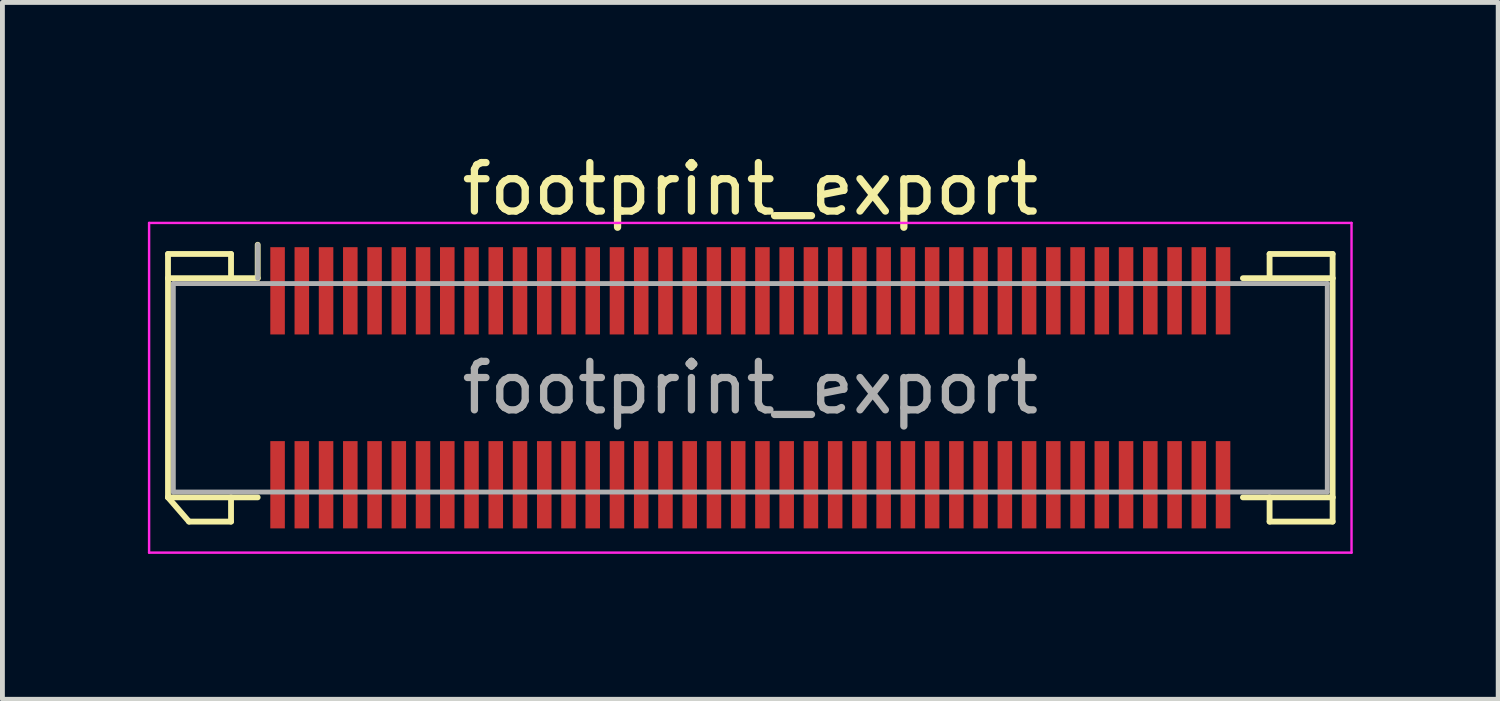
<source format=kicad_pcb>
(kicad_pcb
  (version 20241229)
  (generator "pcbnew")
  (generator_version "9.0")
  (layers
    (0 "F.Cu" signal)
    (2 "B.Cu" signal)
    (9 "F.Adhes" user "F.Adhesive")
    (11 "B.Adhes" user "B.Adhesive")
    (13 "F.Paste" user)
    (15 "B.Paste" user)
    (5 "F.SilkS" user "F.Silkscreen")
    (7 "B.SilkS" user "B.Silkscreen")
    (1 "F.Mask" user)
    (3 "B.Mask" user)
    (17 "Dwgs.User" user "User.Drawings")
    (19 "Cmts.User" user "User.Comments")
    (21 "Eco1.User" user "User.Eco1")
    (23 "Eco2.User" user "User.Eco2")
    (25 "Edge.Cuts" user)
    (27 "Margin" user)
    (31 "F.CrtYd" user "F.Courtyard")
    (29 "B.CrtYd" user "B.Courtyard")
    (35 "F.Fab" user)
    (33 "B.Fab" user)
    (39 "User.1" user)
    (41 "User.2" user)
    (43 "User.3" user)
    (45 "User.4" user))
  (footprint "footprint_export"
    (layer "F.Cu")
    (at 12.425 4.948)
    (property "Reference" "footprint_export" (at 0 -4.1 0) (layer "F.SilkS") (effects (font (size 1 1) (thickness 0.15))))
    (attr smd)
    (fp_line (start -12.01 -2.76) (end -10.71 -2.76) (stroke (width 0.12) (type solid)) (layer "F.SilkS"))
    (fp_line (start -12.01 -2.26) (end -12.01 -2.76) (stroke (width 0.12) (type solid)) (layer "F.SilkS"))
    (fp_line (start -12.01 -2.26) (end -10.16 -2.26) (stroke (width 0.12) (type solid)) (layer "F.SilkS"))
    (fp_line (start -12.01 2.26) (end -12.01 -2.26) (stroke (width 0.12) (type solid)) (layer "F.SilkS"))
    (fp_line (start -12.01 2.26) (end -11.577 2.76) (stroke (width 0.12) (type solid)) (layer "F.SilkS"))
    (fp_line (start -11.577 2.76) (end -10.71 2.76) (stroke (width 0.12) (type solid)) (layer "F.SilkS"))
    (fp_line (start -10.71 -2.76) (end -10.71 -2.26) (stroke (width 0.12) (type solid)) (layer "F.SilkS"))
    (fp_line (start -10.71 2.76) (end -10.71 2.26) (stroke (width 0.12) (type solid)) (layer "F.SilkS"))
    (fp_line (start -10.16 -2.26) (end -10.16 -2.95) (stroke (width 0.12) (type solid)) (layer "F.SilkS"))
    (fp_line (start -10.16 2.26) (end -12.01 2.26) (stroke (width 0.12) (type solid)) (layer "F.SilkS"))
    (fp_line (start 10.16 2.26) (end 12.01 2.26) (stroke (width 0.12) (type solid)) (layer "F.SilkS"))
    (fp_line (start 10.71 -2.76) (end 10.71 -2.26) (stroke (width 0.12) (type solid)) (layer "F.SilkS"))
    (fp_line (start 10.71 2.76) (end 10.71 2.26) (stroke (width 0.12) (type solid)) (layer "F.SilkS"))
    (fp_line (start 12.01 -2.76) (end 10.71 -2.76) (stroke (width 0.12) (type solid)) (layer "F.SilkS"))
    (fp_line (start 12.01 -2.26) (end 10.16 -2.26) (stroke (width 0.12) (type solid)) (layer "F.SilkS"))
    (fp_line (start 12.01 -2.26) (end 12.01 -2.76) (stroke (width 0.12) (type solid)) (layer "F.SilkS"))
    (fp_line (start 12.01 2.26) (end 12.01 -2.26) (stroke (width 0.12) (type solid)) (layer "F.SilkS"))
    (fp_line (start 12.01 2.26) (end 12.01 2.76) (stroke (width 0.12) (type solid)) (layer "F.SilkS"))
    (fp_line (start 12.01 2.76) (end 10.71 2.76) (stroke (width 0.12) (type solid)) (layer "F.SilkS"))
    (fp_line (start -12.4 -3.4) (end -12.4 3.4) (stroke (width 0.05) (type solid)) (layer "F.CrtYd"))
    (fp_line (start -12.4 3.4) (end 12.4 3.4) (stroke (width 0.05) (type solid)) (layer "F.CrtYd"))
    (fp_line (start 12.4 -3.4) (end -12.4 -3.4) (stroke (width 0.05) (type solid)) (layer "F.CrtYd"))
    (fp_line (start 12.4 3.4) (end 12.4 -3.4) (stroke (width 0.05) (type solid)) (layer "F.CrtYd"))
    (fp_line (start -11.9 -2.15) (end -11.9 2.15) (stroke (width 0.1) (type solid)) (layer "F.Fab"))
    (fp_line (start -11.9 2.15) (end 11.9 2.15) (stroke (width 0.1) (type solid)) (layer "F.Fab"))
    (fp_line (start -10.16 -2.26) (end -10.16 -2.95) (stroke (width 0.1) (type solid)) (layer "F.Fab"))
    (fp_line (start 11.9 -2.15) (end -11.9 -2.15) (stroke (width 0.1) (type solid)) (layer "F.Fab"))
    (fp_line (start 11.9 2.15) (end 11.9 -2.15) (stroke (width 0.1) (type solid)) (layer "F.Fab"))
    (fp_text user "${REFERENCE}" (at 0 0 0) (layer "F.Fab") (effects (font (size 1 1) (thickness 0.15))))
    (pad "1" smd rect (at -9.75 -2) (size 0.3 1.8) (layers "F.Cu" "F.Mask" "F.Paste"))
    (pad "2" smd rect (at -9.75 2) (size 0.3 1.8) (layers "F.Cu" "F.Mask" "F.Paste"))
    (pad "3" smd rect (at -9.25 -2) (size 0.3 1.8) (layers "F.Cu" "F.Mask" "F.Paste"))
    (pad "4" smd rect (at -9.25 2) (size 0.3 1.8) (layers "F.Cu" "F.Mask" "F.Paste"))
    (pad "5" smd rect (at -8.75 -2) (size 0.3 1.8) (layers "F.Cu" "F.Mask" "F.Paste"))
    (pad "6" smd rect (at -8.75 2) (size 0.3 1.8) (layers "F.Cu" "F.Mask" "F.Paste"))
    (pad "7" smd rect (at -8.25 -2) (size 0.3 1.8) (layers "F.Cu" "F.Mask" "F.Paste"))
    (pad "8" smd rect (at -8.25 2) (size 0.3 1.8) (layers "F.Cu" "F.Mask" "F.Paste"))
    (pad "9" smd rect (at -7.75 -2) (size 0.3 1.8) (layers "F.Cu" "F.Mask" "F.Paste"))
    (pad "10" smd rect (at -7.75 2) (size 0.3 1.8) (layers "F.Cu" "F.Mask" "F.Paste"))
    (pad "11" smd rect (at -7.25 -2) (size 0.3 1.8) (layers "F.Cu" "F.Mask" "F.Paste"))
    (pad "12" smd rect (at -7.25 2) (size 0.3 1.8) (layers "F.Cu" "F.Mask" "F.Paste"))
    (pad "13" smd rect (at -6.75 -2) (size 0.3 1.8) (layers "F.Cu" "F.Mask" "F.Paste"))
    (pad "14" smd rect (at -6.75 2) (size 0.3 1.8) (layers "F.Cu" "F.Mask" "F.Paste"))
    (pad "15" smd rect (at -6.25 -2) (size 0.3 1.8) (layers "F.Cu" "F.Mask" "F.Paste"))
    (pad "16" smd rect (at -6.25 2) (size 0.3 1.8) (layers "F.Cu" "F.Mask" "F.Paste"))
    (pad "17" smd rect (at -5.75 -2) (size 0.3 1.8) (layers "F.Cu" "F.Mask" "F.Paste"))
    (pad "18" smd rect (at -5.75 2) (size 0.3 1.8) (layers "F.Cu" "F.Mask" "F.Paste"))
    (pad "19" smd rect (at -5.25 -2) (size 0.3 1.8) (layers "F.Cu" "F.Mask" "F.Paste"))
    (pad "20" smd rect (at -5.25 2) (size 0.3 1.8) (layers "F.Cu" "F.Mask" "F.Paste"))
    (pad "21" smd rect (at -4.75 -2) (size 0.3 1.8) (layers "F.Cu" "F.Mask" "F.Paste"))
    (pad "22" smd rect (at -4.75 2) (size 0.3 1.8) (layers "F.Cu" "F.Mask" "F.Paste"))
    (pad "23" smd rect (at -4.25 -2) (size 0.3 1.8) (layers "F.Cu" "F.Mask" "F.Paste"))
    (pad "24" smd rect (at -4.25 2) (size 0.3 1.8) (layers "F.Cu" "F.Mask" "F.Paste"))
    (pad "25" smd rect (at -3.75 -2) (size 0.3 1.8) (layers "F.Cu" "F.Mask" "F.Paste"))
    (pad "26" smd rect (at -3.75 2) (size 0.3 1.8) (layers "F.Cu" "F.Mask" "F.Paste"))
    (pad "27" smd rect (at -3.25 -2) (size 0.3 1.8) (layers "F.Cu" "F.Mask" "F.Paste"))
    (pad "28" smd rect (at -3.25 2) (size 0.3 1.8) (layers "F.Cu" "F.Mask" "F.Paste"))
    (pad "29" smd rect (at -2.75 -2) (size 0.3 1.8) (layers "F.Cu" "F.Mask" "F.Paste"))
    (pad "30" smd rect (at -2.75 2) (size 0.3 1.8) (layers "F.Cu" "F.Mask" "F.Paste"))
    (pad "31" smd rect (at -2.25 -2) (size 0.3 1.8) (layers "F.Cu" "F.Mask" "F.Paste"))
    (pad "32" smd rect (at -2.25 2) (size 0.3 1.8) (layers "F.Cu" "F.Mask" "F.Paste"))
    (pad "33" smd rect (at -1.75 -2) (size 0.3 1.8) (layers "F.Cu" "F.Mask" "F.Paste"))
    (pad "34" smd rect (at -1.75 2) (size 0.3 1.8) (layers "F.Cu" "F.Mask" "F.Paste"))
    (pad "35" smd rect (at -1.25 -2) (size 0.3 1.8) (layers "F.Cu" "F.Mask" "F.Paste"))
    (pad "36" smd rect (at -1.25 2) (size 0.3 1.8) (layers "F.Cu" "F.Mask" "F.Paste"))
    (pad "37" smd rect (at -0.75 -2) (size 0.3 1.8) (layers "F.Cu" "F.Mask" "F.Paste"))
    (pad "38" smd rect (at -0.75 2) (size 0.3 1.8) (layers "F.Cu" "F.Mask" "F.Paste"))
    (pad "39" smd rect (at -0.25 -2) (size 0.3 1.8) (layers "F.Cu" "F.Mask" "F.Paste"))
    (pad "40" smd rect (at -0.25 2) (size 0.3 1.8) (layers "F.Cu" "F.Mask" "F.Paste"))
    (pad "41" smd rect (at 0.25 -2) (size 0.3 1.8) (layers "F.Cu" "F.Mask" "F.Paste"))
    (pad "42" smd rect (at 0.25 2) (size 0.3 1.8) (layers "F.Cu" "F.Mask" "F.Paste"))
    (pad "43" smd rect (at 0.75 -2) (size 0.3 1.8) (layers "F.Cu" "F.Mask" "F.Paste"))
    (pad "44" smd rect (at 0.75 2) (size 0.3 1.8) (layers "F.Cu" "F.Mask" "F.Paste"))
    (pad "45" smd rect (at 1.25 -2) (size 0.3 1.8) (layers "F.Cu" "F.Mask" "F.Paste"))
    (pad "46" smd rect (at 1.25 2) (size 0.3 1.8) (layers "F.Cu" "F.Mask" "F.Paste"))
    (pad "47" smd rect (at 1.75 -2) (size 0.3 1.8) (layers "F.Cu" "F.Mask" "F.Paste"))
    (pad "48" smd rect (at 1.75 2) (size 0.3 1.8) (layers "F.Cu" "F.Mask" "F.Paste"))
    (pad "49" smd rect (at 2.25 -2) (size 0.3 1.8) (layers "F.Cu" "F.Mask" "F.Paste"))
    (pad "50" smd rect (at 2.25 2) (size 0.3 1.8) (layers "F.Cu" "F.Mask" "F.Paste"))
    (pad "51" smd rect (at 2.75 -2) (size 0.3 1.8) (layers "F.Cu" "F.Mask" "F.Paste"))
    (pad "52" smd rect (at 2.75 2) (size 0.3 1.8) (layers "F.Cu" "F.Mask" "F.Paste"))
    (pad "53" smd rect (at 3.25 -2) (size 0.3 1.8) (layers "F.Cu" "F.Mask" "F.Paste"))
    (pad "54" smd rect (at 3.25 2) (size 0.3 1.8) (layers "F.Cu" "F.Mask" "F.Paste"))
    (pad "55" smd rect (at 3.75 -2) (size 0.3 1.8) (layers "F.Cu" "F.Mask" "F.Paste"))
    (pad "56" smd rect (at 3.75 2) (size 0.3 1.8) (layers "F.Cu" "F.Mask" "F.Paste"))
    (pad "57" smd rect (at 4.25 -2) (size 0.3 1.8) (layers "F.Cu" "F.Mask" "F.Paste"))
    (pad "58" smd rect (at 4.25 2) (size 0.3 1.8) (layers "F.Cu" "F.Mask" "F.Paste"))
    (pad "59" smd rect (at 4.75 -2) (size 0.3 1.8) (layers "F.Cu" "F.Mask" "F.Paste"))
    (pad "60" smd rect (at 4.75 2) (size 0.3 1.8) (layers "F.Cu" "F.Mask" "F.Paste"))
    (pad "61" smd rect (at 5.25 -2) (size 0.3 1.8) (layers "F.Cu" "F.Mask" "F.Paste"))
    (pad "62" smd rect (at 5.25 2) (size 0.3 1.8) (layers "F.Cu" "F.Mask" "F.Paste"))
    (pad "63" smd rect (at 5.75 -2) (size 0.3 1.8) (layers "F.Cu" "F.Mask" "F.Paste"))
    (pad "64" smd rect (at 5.75 2) (size 0.3 1.8) (layers "F.Cu" "F.Mask" "F.Paste"))
    (pad "65" smd rect (at 6.25 -2) (size 0.3 1.8) (layers "F.Cu" "F.Mask" "F.Paste"))
    (pad "66" smd rect (at 6.25 2) (size 0.3 1.8) (layers "F.Cu" "F.Mask" "F.Paste"))
    (pad "67" smd rect (at 6.75 -2) (size 0.3 1.8) (layers "F.Cu" "F.Mask" "F.Paste"))
    (pad "68" smd rect (at 6.75 2) (size 0.3 1.8) (layers "F.Cu" "F.Mask" "F.Paste"))
    (pad "69" smd rect (at 7.25 -2) (size 0.3 1.8) (layers "F.Cu" "F.Mask" "F.Paste"))
    (pad "70" smd rect (at 7.25 2) (size 0.3 1.8) (layers "F.Cu" "F.Mask" "F.Paste"))
    (pad "71" smd rect (at 7.75 -2) (size 0.3 1.8) (layers "F.Cu" "F.Mask" "F.Paste"))
    (pad "72" smd rect (at 7.75 2) (size 0.3 1.8) (layers "F.Cu" "F.Mask" "F.Paste"))
    (pad "73" smd rect (at 8.25 -2) (size 0.3 1.8) (layers "F.Cu" "F.Mask" "F.Paste"))
    (pad "74" smd rect (at 8.25 2) (size 0.3 1.8) (layers "F.Cu" "F.Mask" "F.Paste"))
    (pad "75" smd rect (at 8.75 -2) (size 0.3 1.8) (layers "F.Cu" "F.Mask" "F.Paste"))
    (pad "76" smd rect (at 8.75 2) (size 0.3 1.8) (layers "F.Cu" "F.Mask" "F.Paste"))
    (pad "77" smd rect (at 9.25 -2) (size 0.3 1.8) (layers "F.Cu" "F.Mask" "F.Paste"))
    (pad "78" smd rect (at 9.25 2) (size 0.3 1.8) (layers "F.Cu" "F.Mask" "F.Paste"))
    (pad "79" smd rect (at 9.75 -2) (size 0.3 1.8) (layers "F.Cu" "F.Mask" "F.Paste"))
    (pad "80" smd rect (at 9.75 2) (size 0.3 1.8) (layers "F.Cu" "F.Mask" "F.Paste")))
  (gr_rect
    (start -3 -3)
    (end 27.85 11.373)
    (stroke (width 0.1) (type default))
    (fill no)
    (layer "Edge.Cuts")))
</source>
